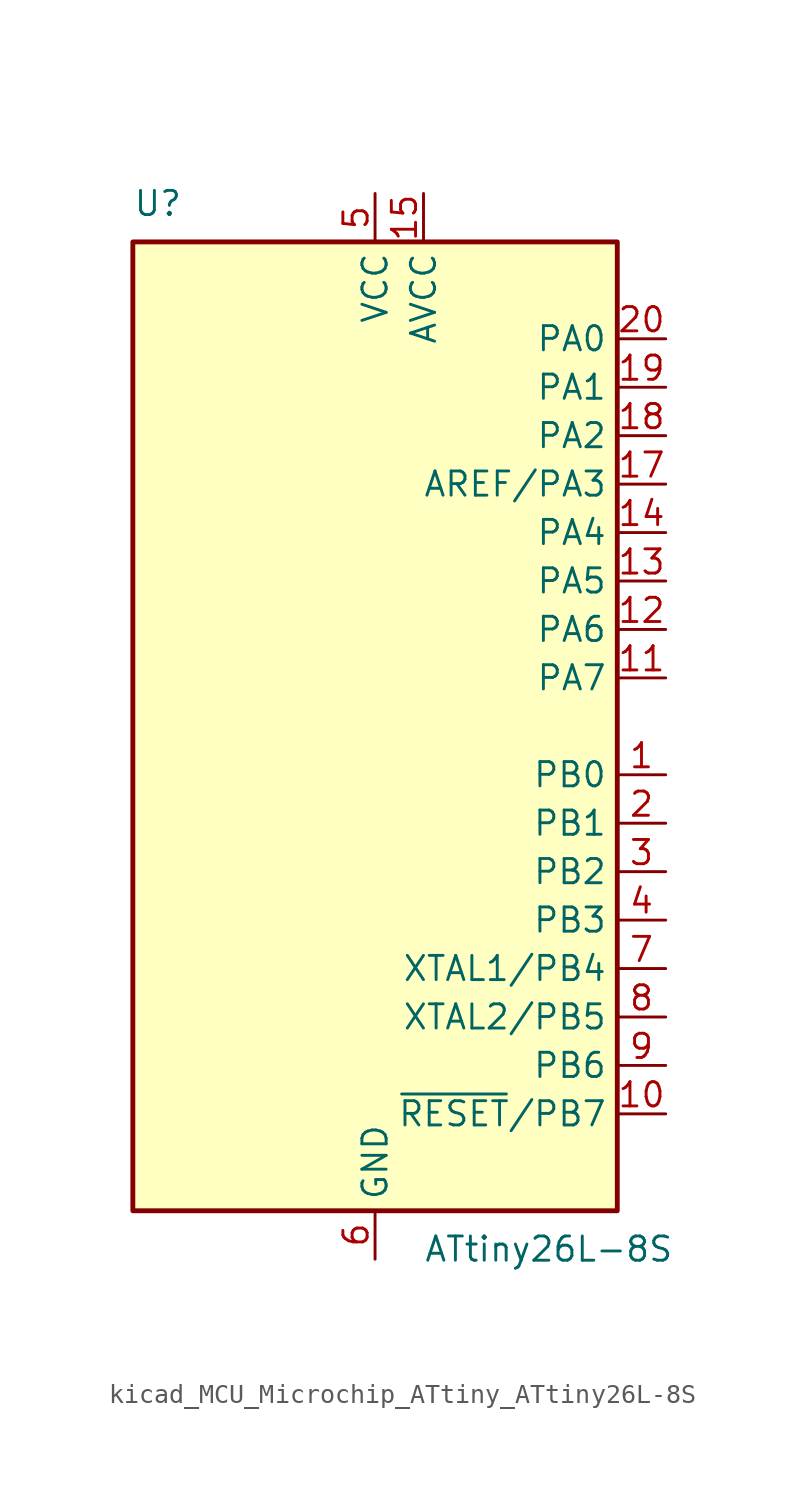
<source format=kicad_sym>
(kicad_symbol_lib
  (version 20220914)
  (generator kicad_symbol_editor)
  (symbol "kicad_MCU_Microchip_ATtiny_ATtiny26L-8S"
    (property "Reference" "U"
      (at -12.7 26.67 0)
      (effects (font (size 1.27 1.27)) (justify left bottom)))
    (property "Value" "ATtiny26L-8S"
      (at 2.54 -26.67 0)
      (effects (font (size 1.27 1.27)) (justify left top)))
    (symbol "kicad_MCU_Microchip_ATtiny_ATtiny26L-8S_0_1"
      (rectangle (start -12.7 -25.4) (end 12.7 25.4) (stroke (width 0.254) (type default)) (fill (type background))))
    (symbol "kicad_MCU_Microchip_ATtiny_ATtiny26L-8S_1_1"
      (pin bidirectional line (at 15.24 -2.54 180) (length 2.54) (name "PB0" (effects (font (size 1.27 1.27)))) (number "1" (effects (font (size 1.27 1.27)))))
      (pin bidirectional line (at 15.24 -20.32 180) (length 2.54) (name "~{RESET}/PB7" (effects (font (size 1.27 1.27)))) (number "10" (effects (font (size 1.27 1.27)))))
      (pin bidirectional line (at 15.24 2.54 180) (length 2.54) (name "PA7" (effects (font (size 1.27 1.27)))) (number "11" (effects (font (size 1.27 1.27)))))
      (pin bidirectional line (at 15.24 5.08 180) (length 2.54) (name "PA6" (effects (font (size 1.27 1.27)))) (number "12" (effects (font (size 1.27 1.27)))))
      (pin bidirectional line (at 15.24 7.62 180) (length 2.54) (name "PA5" (effects (font (size 1.27 1.27)))) (number "13" (effects (font (size 1.27 1.27)))))
      (pin bidirectional line (at 15.24 10.16 180) (length 2.54) (name "PA4" (effects (font (size 1.27 1.27)))) (number "14" (effects (font (size 1.27 1.27)))))
      (pin power_in line (at 2.54 27.94 270) (length 2.54) (name "AVCC" (effects (font (size 1.27 1.27)))) (number "15" (effects (font (size 1.27 1.27)))))
      (pin passive line (at 0 -27.94 90) (length 2.54) hide (name "GND" (effects (font (size 1.27 1.27)))) (number "16" (effects (font (size 1.27 1.27)))))
      (pin bidirectional line (at 15.24 12.7 180) (length 2.54) (name "AREF/PA3" (effects (font (size 1.27 1.27)))) (number "17" (effects (font (size 1.27 1.27)))))
      (pin bidirectional line (at 15.24 15.24 180) (length 2.54) (name "PA2" (effects (font (size 1.27 1.27)))) (number "18" (effects (font (size 1.27 1.27)))))
      (pin bidirectional line (at 15.24 17.78 180) (length 2.54) (name "PA1" (effects (font (size 1.27 1.27)))) (number "19" (effects (font (size 1.27 1.27)))))
      (pin bidirectional line (at 15.24 -5.08 180) (length 2.54) (name "PB1" (effects (font (size 1.27 1.27)))) (number "2" (effects (font (size 1.27 1.27)))))
      (pin bidirectional line (at 15.24 20.32 180) (length 2.54) (name "PA0" (effects (font (size 1.27 1.27)))) (number "20" (effects (font (size 1.27 1.27)))))
      (pin bidirectional line (at 15.24 -7.62 180) (length 2.54) (name "PB2" (effects (font (size 1.27 1.27)))) (number "3" (effects (font (size 1.27 1.27)))))
      (pin bidirectional line (at 15.24 -10.16 180) (length 2.54) (name "PB3" (effects (font (size 1.27 1.27)))) (number "4" (effects (font (size 1.27 1.27)))))
      (pin power_in line (at 0 27.94 270) (length 2.54) (name "VCC" (effects (font (size 1.27 1.27)))) (number "5" (effects (font (size 1.27 1.27)))))
      (pin power_in line (at 0 -27.94 90) (length 2.54) (name "GND" (effects (font (size 1.27 1.27)))) (number "6" (effects (font (size 1.27 1.27)))))
      (pin bidirectional line (at 15.24 -12.7 180) (length 2.54) (name "XTAL1/PB4" (effects (font (size 1.27 1.27)))) (number "7" (effects (font (size 1.27 1.27)))))
      (pin bidirectional line (at 15.24 -15.24 180) (length 2.54) (name "XTAL2/PB5" (effects (font (size 1.27 1.27)))) (number "8" (effects (font (size 1.27 1.27)))))
      (pin bidirectional line (at 15.24 -17.78 180) (length 2.54) (name "PB6" (effects (font (size 1.27 1.27)))) (number "9" (effects (font (size 1.27 1.27))))))))
</source>
